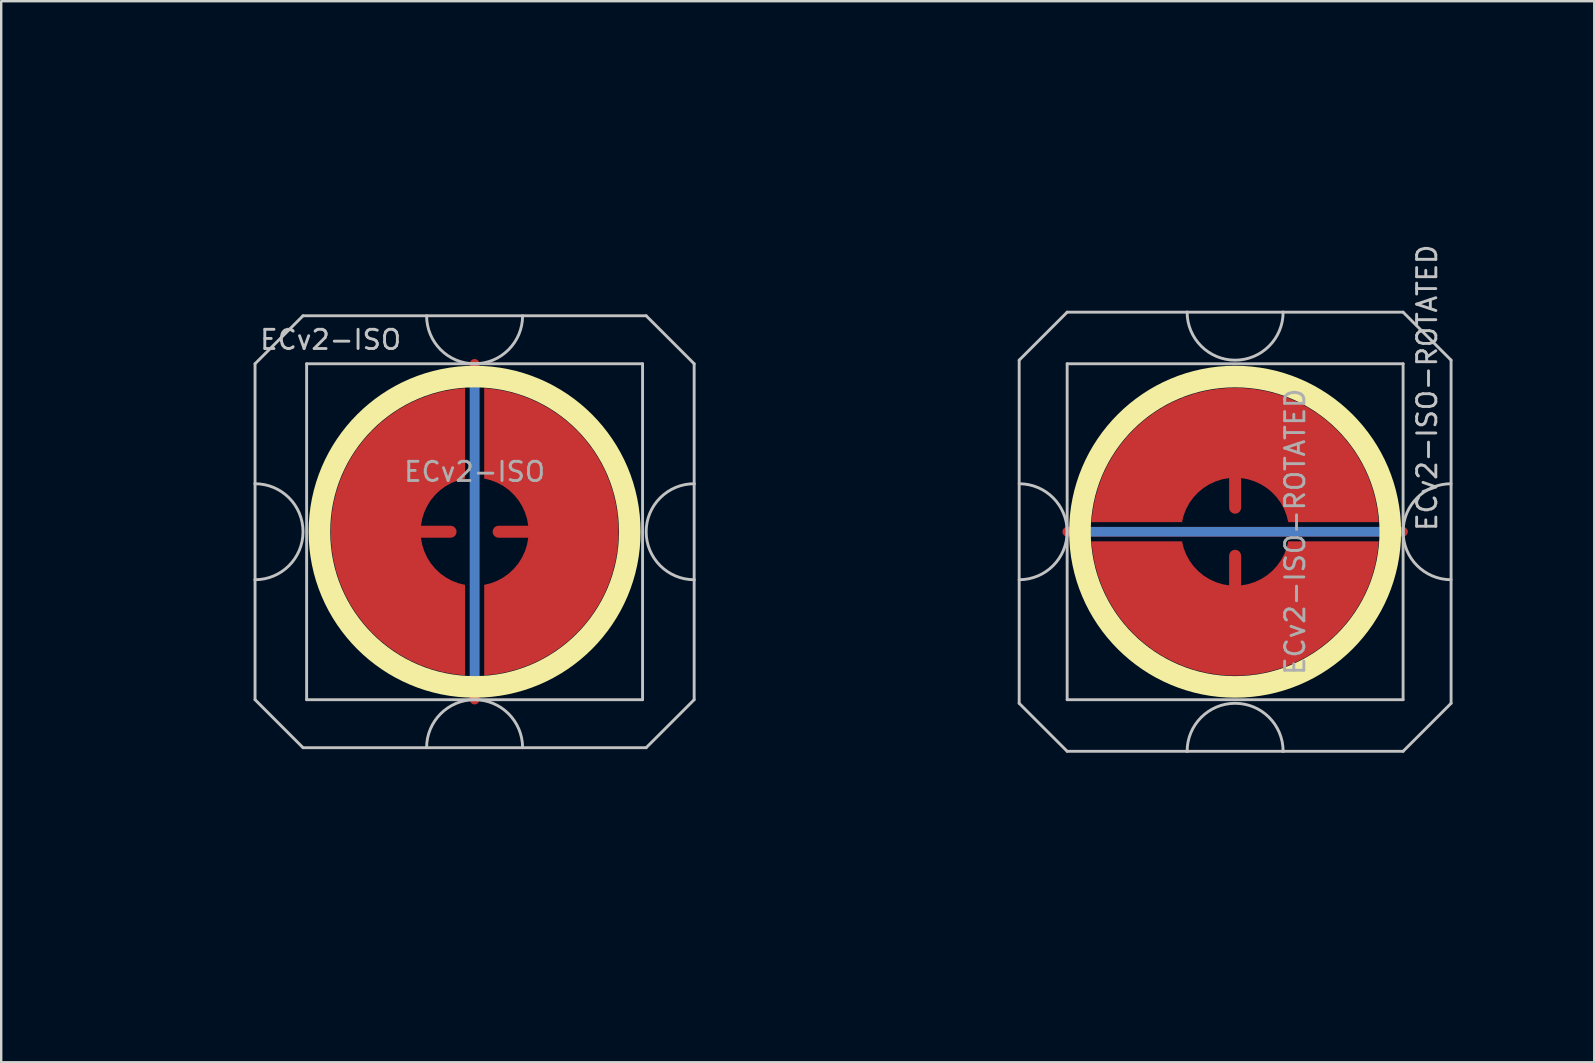
<source format=kicad_pcb>
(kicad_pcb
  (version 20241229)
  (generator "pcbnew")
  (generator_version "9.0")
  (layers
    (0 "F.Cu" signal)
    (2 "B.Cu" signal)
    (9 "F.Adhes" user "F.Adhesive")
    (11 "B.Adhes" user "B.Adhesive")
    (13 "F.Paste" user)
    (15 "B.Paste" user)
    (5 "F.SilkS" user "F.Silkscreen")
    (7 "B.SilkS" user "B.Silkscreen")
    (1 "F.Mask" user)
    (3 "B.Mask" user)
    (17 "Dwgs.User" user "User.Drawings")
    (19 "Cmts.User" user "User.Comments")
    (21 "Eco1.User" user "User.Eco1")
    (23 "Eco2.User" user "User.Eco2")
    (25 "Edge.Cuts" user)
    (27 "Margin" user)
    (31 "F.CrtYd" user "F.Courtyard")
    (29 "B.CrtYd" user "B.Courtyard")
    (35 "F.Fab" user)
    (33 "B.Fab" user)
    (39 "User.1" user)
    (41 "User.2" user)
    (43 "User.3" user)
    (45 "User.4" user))
  (footprint "ECv2-ISO"
    (layer "F.Cu")
    (at 16.729 19.11)
    (property "Reference" "ECv2-ISO" (at -6 -8 0) (layer "Dwgs.User") (effects (font (size 0.8 0.8) (thickness 0.12))))
    (attr smd exclude_from_pos_files exclude_from_bom)
    (fp_circle (center 0 0) (end 6.467 0) (stroke (width 0.9) (type solid)) (fill no) (layer "F.SilkS"))
    (fp_line (start -9.15 -7) (end -9.15 -2) (stroke (width 0.12) (type solid)) (layer "Dwgs.User"))
    (fp_line (start -9.15 -2) (end -9.15 2) (stroke (width 0.12) (type solid)) (layer "Dwgs.User"))
    (fp_line (start -9.15 2) (end -9.15 7) (stroke (width 0.12) (type solid)) (layer "Dwgs.User"))
    (fp_line (start -9.15 7) (end -7.15 9) (stroke (width 0.12) (type solid)) (layer "Dwgs.User"))
    (fp_line (start -7.15 -9) (end -9.15 -7) (stroke (width 0.12) (type solid)) (layer "Dwgs.User"))
    (fp_line (start -7.15 9) (end 7.15 9) (stroke (width 0.12) (type solid)) (layer "Dwgs.User"))
    (fp_line (start -7 -7) (end -7 7) (stroke (width 0.12) (type solid)) (layer "Dwgs.User"))
    (fp_line (start -7 7) (end 7 7) (stroke (width 0.12) (type solid)) (layer "Dwgs.User"))
    (fp_line (start 7 -7) (end -7 -7) (stroke (width 0.12) (type solid)) (layer "Dwgs.User"))
    (fp_line (start 7 7) (end 7 -7) (stroke (width 0.12) (type solid)) (layer "Dwgs.User"))
    (fp_line (start 7.15 -9) (end -7.15 -9) (stroke (width 0.12) (type solid)) (layer "Dwgs.User"))
    (fp_line (start 7.15 -9) (end 9.15 -7) (stroke (width 0.12) (type solid)) (layer "Dwgs.User"))
    (fp_line (start 7.15 9) (end 9.15 7) (stroke (width 0.12) (type solid)) (layer "Dwgs.User"))
    (fp_line (start 9.15 -2) (end 9.15 -7) (stroke (width 0.12) (type solid)) (layer "Dwgs.User"))
    (fp_line (start 9.15 -2) (end 9.15 2) (stroke (width 0.12) (type solid)) (layer "Dwgs.User"))
    (fp_line (start 9.15 7) (end 9.15 2) (stroke (width 0.12) (type solid)) (layer "Dwgs.User"))
    (fp_arc (start -9.15 -2) (mid -7.15 0) (end -9.15 2) (stroke (width 0.12) (type solid)) (layer "Dwgs.User"))
    (fp_arc (start -2 9) (mid 0 7) (end 2 9) (stroke (width 0.12) (type solid)) (layer "Dwgs.User"))
    (fp_arc (start 2 -9) (mid 0 -7) (end -2 -9) (stroke (width 0.12) (type solid)) (layer "Dwgs.User"))
    (fp_arc (start 9.15 2) (mid 7.15 0) (end 9.15 -2) (stroke (width 0.12) (type solid)) (layer "Dwgs.User"))
    (fp_line (start -16.669 -19.05) (end -16.669 0) (stroke (width 0.12) (type solid)) (layer "User.2"))
    (fp_line (start -16.669 -19.05) (end 11.906 -19.05) (stroke (width 0.12) (type solid)) (layer "User.2"))
    (fp_line (start -16.669 0) (end -11.906 0) (stroke (width 0.12) (type solid)) (layer "User.2"))
    (fp_line (start -11.906 0) (end -11.906 19.05) (stroke (width 0.12) (type solid)) (layer "User.2"))
    (fp_line (start -11.906 19.05) (end 11.906 19.05) (stroke (width 0.12) (type solid)) (layer "User.2"))
    (fp_line (start 11.906 -19.05) (end 11.906 19.05) (stroke (width 0.12) (type solid)) (layer "User.2"))
    (fp_text user "${REFERENCE}" (at 0 -2.5 0) (layer "F.Fab") (effects (font (size 0.8 0.8) (thickness 0.12))))
    (pad "1" smd custom (at -1 0) (size 0.4 0.4) (layers "F.Cu") (options (anchor circle)) (primitives (gr_poly (pts (xy 0.6 -2.214) (xy 0.32 -2.145) (xy 0.052 -2.041) (xy -0.201 -1.903) (xy -0.434 -1.734) (xy -0.644 -1.536) (xy -0.826 -1.314) (xy -0.979 -1.07) (xy -1.1 -0.808) (xy -1.186 -0.534) (xy -1.236 -0.25) (xy 0 -0.25) (xy 0.096 -0.231) (xy 0.177 -0.177) (xy 0.231 -0.096) (xy 0.25 0) (xy 0.231 0.096) (xy 0.177 0.177) (xy 0.096 0.231) (xy 0 0.25) (xy -1.236 0.25) (xy -1.186 0.534) (xy -1.1 0.808) (xy -0.979 1.07) (xy -0.826 1.314) (xy -0.644 1.536) (xy -0.434 1.734) (xy -0.201 1.903) (xy 0.052 2.041) (xy 0.32 2.145) (xy 0.6 2.214) (xy 0.6 5.987) (xy 0.115 5.934) (xy -0.364 5.843) (xy -0.834 5.713) (xy -1.292 5.545) (xy -1.735 5.341) (xy -2.159 5.101) (xy -2.563 4.827) (xy -2.943 4.522) (xy -3.298 4.187) (xy -3.623 3.824) (xy -3.919 3.436) (xy -4.182 3.025) (xy -4.41 2.594) (xy -4.603 2.147) (xy -4.759 1.684) (xy -4.876 1.211) (xy -4.955 0.73) (xy -4.995 0.244) (xy -4.995 -0.244) (xy -4.955 -0.73) (xy -4.876 -1.211) (xy -4.759 -1.684) (xy -4.603 -2.147) (xy -4.41 -2.594) (xy -4.182 -3.025) (xy -3.919 -3.436) (xy -3.623 -3.824) (xy -3.298 -4.187) (xy -2.943 -4.522) (xy -2.563 -4.827) (xy -2.159 -5.101) (xy -1.735 -5.341) (xy -1.292 -5.545) (xy -0.834 -5.713) (xy -0.364 -5.843) (xy 0.115 -5.934) (xy 0.6 -5.987)) (width 0) (fill yes))))
    (pad "2" smd custom (at 1 0 180) (size 0.4 0.4) (layers "F.Cu") (options (anchor circle)) (primitives (gr_poly (pts (xy 0.6 -2.214) (xy 0.32 -2.145) (xy 0.052 -2.041) (xy -0.201 -1.903) (xy -0.434 -1.734) (xy -0.644 -1.536) (xy -0.826 -1.314) (xy -0.979 -1.07) (xy -1.1 -0.808) (xy -1.186 -0.534) (xy -1.236 -0.25) (xy 0 -0.25) (xy 0.096 -0.231) (xy 0.177 -0.177) (xy 0.231 -0.096) (xy 0.25 0) (xy 0.231 0.096) (xy 0.177 0.177) (xy 0.096 0.231) (xy 0 0.25) (xy -1.236 0.25) (xy -1.186 0.534) (xy -1.1 0.808) (xy -0.979 1.07) (xy -0.826 1.314) (xy -0.644 1.536) (xy -0.434 1.734) (xy -0.201 1.903) (xy 0.052 2.041) (xy 0.32 2.145) (xy 0.6 2.214) (xy 0.6 5.987) (xy 0.115 5.934) (xy -0.364 5.843) (xy -0.834 5.713) (xy -1.292 5.545) (xy -1.735 5.341) (xy -2.159 5.101) (xy -2.563 4.827) (xy -2.943 4.522) (xy -3.298 4.187) (xy -3.623 3.824) (xy -3.919 3.436) (xy -4.182 3.025) (xy -4.41 2.594) (xy -4.603 2.147) (xy -4.759 1.684) (xy -4.876 1.211) (xy -4.955 0.73) (xy -4.995 0.244) (xy -4.995 -0.244) (xy -4.955 -0.73) (xy -4.876 -1.211) (xy -4.759 -1.684) (xy -4.603 -2.147) (xy -4.41 -2.594) (xy -4.182 -3.025) (xy -3.919 -3.436) (xy -3.623 -3.824) (xy -3.298 -4.187) (xy -2.943 -4.522) (xy -2.563 -4.827) (xy -2.159 -5.101) (xy -1.735 -5.341) (xy -1.292 -5.545) (xy -0.834 -5.713) (xy -0.364 -5.843) (xy 0.115 -5.934) (xy 0.6 -5.987)) (width 0) (fill yes))))
    (pad "3" smd custom (at 0 0) (size 0.4 0.4) (layers "F.Cu") (options (anchor rect)) (primitives (gr_line (start 0 -7) (end 0 7) (width 0.4))))
    (pad "3" smd custom (at 0 0) (size 0.4 0.4) (layers "B.Cu") (options (anchor rect)) (primitives (gr_line (start 0 -6.5) (end 0 6.5) (width 0.4))))
    (zone (net_name "") (layer "F.Cu") (hatch edge 0.508) (connect_pads) (min_thickness 0.254) (filled_areas_thickness no) (keepout (tracks allowed) (vias allowed) (pads allowed) (copperpour not_allowed) (footprints allowed)) (placement (enabled no)) (fill) (polygon (pts (xy 23.734 19.11) (xy 23.715 18.597) (xy 23.659 18.087) (xy 23.565 17.582) (xy 23.435 17.085) (xy 23.268 16.6) (xy 23.067 16.127) (xy 22.832 15.671) (xy 22.563 15.234) (xy 22.264 14.817) (xy 21.934 14.423) (xy 21.577 14.054) (xy 21.194 13.713) (xy 20.787 13.4) (xy 20.357 13.118) (xy 19.909 12.869) (xy 19.443 12.652) (xy 18.963 12.471) (xy 18.471 12.325) (xy 17.969 12.216) (xy 17.461 12.143) (xy 16.949 12.109) (xy 16.435 12.111) (xy 15.924 12.152) (xy 15.416 12.229) (xy 14.916 12.344) (xy 14.425 12.495) (xy 13.947 12.681) (xy 13.483 12.902) (xy 13.037 13.157) (xy 12.611 13.443) (xy 12.207 13.76) (xy 11.828 14.105) (xy 11.474 14.478) (xy 11.149 14.875) (xy 10.854 15.295) (xy 10.59 15.735) (xy 10.36 16.194) (xy 10.163 16.668) (xy 10.002 17.156) (xy 9.877 17.654) (xy 9.789 18.159) (xy 9.738 18.67) (xy 9.724 19.183) (xy 9.748 19.696) (xy 9.81 20.206) (xy 9.909 20.71) (xy 10.044 21.205) (xy 10.216 21.689) (xy 10.422 22.159) (xy 10.662 22.612) (xy 10.935 23.047) (xy 11.239 23.461) (xy 11.572 23.851) (xy 11.934 24.216) (xy 12.32 24.554) (xy 12.731 24.862) (xy 13.163 25.139) (xy 13.614 25.384) (xy 14.082 25.596) (xy 14.564 25.772) (xy 15.058 25.913) (xy 15.561 26.017) (xy 16.07 26.084) (xy 16.582 26.113) (xy 17.095 26.105) (xy 17.607 26.06) (xy 18.113 25.977) (xy 18.613 25.857) (xy 19.102 25.701) (xy 19.578 25.509) (xy 20.039 25.283) (xy 20.482 25.024) (xy 20.905 24.734) (xy 21.306 24.413) (xy 21.682 24.063) (xy 22.031 23.687) (xy 22.352 23.286) (xy 22.643 22.863) (xy 22.902 22.42) (xy 23.128 21.959) (xy 23.32 21.483) (xy 23.476 20.994) (xy 23.595 20.495) (xy 23.678 19.988) (xy 23.724 19.477))))
    (zone (net_name "") (layer "B.Cu") (hatch edge 0.508) (connect_pads) (min_thickness 0.254) (filled_areas_thickness no) (keepout (tracks allowed) (vias allowed) (pads allowed) (copperpour not_allowed) (footprints allowed)) (placement (enabled no)) (fill) (polygon (pts (xy 23.287 19.11) (xy 23.267 18.595) (xy 23.206 18.084) (xy 23.106 17.579) (xy 22.966 17.083) (xy 22.788 16.6) (xy 22.572 16.133) (xy 22.321 15.683) (xy 22.034 15.255) (xy 21.716 14.851) (xy 21.366 14.473) (xy 20.988 14.123) (xy 20.584 13.804) (xy 20.155 13.518) (xy 19.706 13.267) (xy 19.238 13.051) (xy 18.755 12.873) (xy 18.26 12.733) (xy 17.755 12.632) (xy 17.243 12.572) (xy 16.729 12.552) (xy 16.214 12.572) (xy 15.703 12.632) (xy 15.198 12.733) (xy 14.702 12.873) (xy 14.219 13.051) (xy 13.751 13.267) (xy 13.302 13.518) (xy 12.874 13.804) (xy 12.47 14.123) (xy 12.091 14.473) (xy 11.742 14.851) (xy 11.423 15.255) (xy 11.137 15.683) (xy 10.885 16.133) (xy 10.67 16.6) (xy 10.491 17.083) (xy 10.352 17.579) (xy 10.251 18.084) (xy 10.191 18.595) (xy 10.17 19.11) (xy 10.191 19.625) (xy 10.251 20.136) (xy 10.352 20.641) (xy 10.491 21.137) (xy 10.67 21.62) (xy 10.885 22.087) (xy 11.137 22.537) (xy 11.423 22.965) (xy 11.742 23.369) (xy 12.091 23.747) (xy 12.47 24.097) (xy 12.874 24.416) (xy 13.302 24.702) (xy 13.751 24.953) (xy 14.219 25.169) (xy 14.702 25.347) (xy 15.198 25.487) (xy 15.703 25.588) (xy 16.214 25.648) (xy 16.729 25.668) (xy 17.243 25.648) (xy 17.755 25.588) (xy 18.26 25.487) (xy 18.755 25.347) (xy 19.238 25.169) (xy 19.706 24.953) (xy 20.155 24.702) (xy 20.584 24.416) (xy 20.988 24.097) (xy 21.366 23.747) (xy 21.716 23.369) (xy 22.034 22.965) (xy 22.321 22.537) (xy 22.572 22.087) (xy 22.788 21.62) (xy 22.966 21.137) (xy 23.106 20.641) (xy 23.206 20.136) (xy 23.267 19.625)))))
  (footprint "ECv2-ISO-ROTATED"
    (layer "F.Cu")
    (at 48.424 19.11)
    (property "Reference" "ECv2-ISO-ROTATED" (at 8 -6 270) (layer "Dwgs.User") (effects (font (size 0.8 0.8) (thickness 0.12))))
    (attr smd exclude_from_pos_files exclude_from_bom)
    (fp_circle (center 0 0) (end 0 6.467) (stroke (width 0.9) (type solid)) (fill no) (layer "F.SilkS"))
    (fp_line (start -9 -7.15) (end -9 7.15) (stroke (width 0.12) (type solid)) (layer "Dwgs.User"))
    (fp_line (start -9 7.15) (end -7 9.15) (stroke (width 0.12) (type solid)) (layer "Dwgs.User"))
    (fp_line (start -7 -9.15) (end -9 -7.15) (stroke (width 0.12) (type solid)) (layer "Dwgs.User"))
    (fp_line (start -7 -7) (end -7 7) (stroke (width 0.12) (type solid)) (layer "Dwgs.User"))
    (fp_line (start -7 7) (end 7 7) (stroke (width 0.12) (type solid)) (layer "Dwgs.User"))
    (fp_line (start -7 9.15) (end -2 9.15) (stroke (width 0.12) (type solid)) (layer "Dwgs.User"))
    (fp_line (start -2 -9.15) (end -7 -9.15) (stroke (width 0.12) (type solid)) (layer "Dwgs.User"))
    (fp_line (start 2 -9.15) (end -2 -9.15) (stroke (width 0.12) (type solid)) (layer "Dwgs.User"))
    (fp_line (start 2 9.15) (end -2 9.15) (stroke (width 0.12) (type solid)) (layer "Dwgs.User"))
    (fp_line (start 2 9.15) (end 7 9.15) (stroke (width 0.12) (type solid)) (layer "Dwgs.User"))
    (fp_line (start 7 -9.15) (end 2 -9.15) (stroke (width 0.12) (type solid)) (layer "Dwgs.User"))
    (fp_line (start 7 -7) (end -7 -7) (stroke (width 0.12) (type solid)) (layer "Dwgs.User"))
    (fp_line (start 7 7) (end 7 -7) (stroke (width 0.12) (type solid)) (layer "Dwgs.User"))
    (fp_line (start 9 -7.15) (end 7 -9.15) (stroke (width 0.12) (type solid)) (layer "Dwgs.User"))
    (fp_line (start 9 7.15) (end 7 9.15) (stroke (width 0.12) (type solid)) (layer "Dwgs.User"))
    (fp_line (start 9 7.15) (end 9 -7.15) (stroke (width 0.12) (type solid)) (layer "Dwgs.User"))
    (fp_arc (start -9 -2) (mid -7 0) (end -9 2) (stroke (width 0.12) (type solid)) (layer "Dwgs.User"))
    (fp_arc (start -2 9.15) (mid 0 7.15) (end 2 9.15) (stroke (width 0.12) (type solid)) (layer "Dwgs.User"))
    (fp_arc (start 2 -9.15) (mid 0 -7.15) (end -2 -9.15) (stroke (width 0.12) (type solid)) (layer "Dwgs.User"))
    (fp_arc (start 9 2) (mid 7 0) (end 9 -2) (stroke (width 0.12) (type solid)) (layer "Dwgs.User"))
    (fp_line (start -16.669 -19.05) (end -16.669 0) (stroke (width 0.12) (type solid)) (layer "User.2"))
    (fp_line (start -16.669 -19.05) (end 11.906 -19.05) (stroke (width 0.12) (type solid)) (layer "User.2"))
    (fp_line (start -16.669 0) (end -11.906 0) (stroke (width 0.12) (type solid)) (layer "User.2"))
    (fp_line (start -11.906 0) (end -11.906 19.05) (stroke (width 0.12) (type solid)) (layer "User.2"))
    (fp_line (start -11.906 19.05) (end 11.906 19.05) (stroke (width 0.12) (type solid)) (layer "User.2"))
    (fp_line (start 11.906 -19.05) (end 11.906 19.05) (stroke (width 0.12) (type solid)) (layer "User.2"))
    (fp_text user "${REFERENCE}" (at 2.5 0 270) (layer "F.Fab") (effects (font (size 0.8 0.8) (thickness 0.12))))
    (pad "1" smd custom (at 0 -1 270) (size 0.4 0.4) (layers "F.Cu") (options (anchor circle)) (primitives (gr_poly (pts (xy 0.6 -2.214) (xy 0.32 -2.145) (xy 0.052 -2.041) (xy -0.201 -1.903) (xy -0.434 -1.734) (xy -0.644 -1.536) (xy -0.826 -1.314) (xy -0.979 -1.07) (xy -1.1 -0.808) (xy -1.186 -0.534) (xy -1.236 -0.25) (xy 0 -0.25) (xy 0.096 -0.231) (xy 0.177 -0.177) (xy 0.231 -0.096) (xy 0.25 0) (xy 0.231 0.096) (xy 0.177 0.177) (xy 0.096 0.231) (xy 0 0.25) (xy -1.236 0.25) (xy -1.186 0.534) (xy -1.1 0.808) (xy -0.979 1.07) (xy -0.826 1.314) (xy -0.644 1.536) (xy -0.434 1.734) (xy -0.201 1.903) (xy 0.052 2.041) (xy 0.32 2.145) (xy 0.6 2.214) (xy 0.6 5.987) (xy 0.115 5.934) (xy -0.364 5.843) (xy -0.834 5.713) (xy -1.292 5.545) (xy -1.735 5.341) (xy -2.159 5.101) (xy -2.563 4.827) (xy -2.943 4.522) (xy -3.298 4.187) (xy -3.623 3.824) (xy -3.919 3.436) (xy -4.182 3.025) (xy -4.41 2.594) (xy -4.603 2.147) (xy -4.759 1.684) (xy -4.876 1.211) (xy -4.955 0.73) (xy -4.995 0.244) (xy -4.995 -0.244) (xy -4.955 -0.73) (xy -4.876 -1.211) (xy -4.759 -1.684) (xy -4.603 -2.147) (xy -4.41 -2.594) (xy -4.182 -3.025) (xy -3.919 -3.436) (xy -3.623 -3.824) (xy -3.298 -4.187) (xy -2.943 -4.522) (xy -2.563 -4.827) (xy -2.159 -5.101) (xy -1.735 -5.341) (xy -1.292 -5.545) (xy -0.834 -5.713) (xy -0.364 -5.843) (xy 0.115 -5.934) (xy 0.6 -5.987)) (width 0) (fill yes))))
    (pad "2" smd custom (at 0 1 90) (size 0.4 0.4) (layers "F.Cu") (options (anchor circle)) (primitives (gr_poly (pts (xy 0.6 -2.214) (xy 0.32 -2.145) (xy 0.052 -2.041) (xy -0.201 -1.903) (xy -0.434 -1.734) (xy -0.644 -1.536) (xy -0.826 -1.314) (xy -0.979 -1.07) (xy -1.1 -0.808) (xy -1.186 -0.534) (xy -1.236 -0.25) (xy 0 -0.25) (xy 0.096 -0.231) (xy 0.177 -0.177) (xy 0.231 -0.096) (xy 0.25 0) (xy 0.231 0.096) (xy 0.177 0.177) (xy 0.096 0.231) (xy 0 0.25) (xy -1.236 0.25) (xy -1.186 0.534) (xy -1.1 0.808) (xy -0.979 1.07) (xy -0.826 1.314) (xy -0.644 1.536) (xy -0.434 1.734) (xy -0.201 1.903) (xy 0.052 2.041) (xy 0.32 2.145) (xy 0.6 2.214) (xy 0.6 5.987) (xy 0.115 5.934) (xy -0.364 5.843) (xy -0.834 5.713) (xy -1.292 5.545) (xy -1.735 5.341) (xy -2.159 5.101) (xy -2.563 4.827) (xy -2.943 4.522) (xy -3.298 4.187) (xy -3.623 3.824) (xy -3.919 3.436) (xy -4.182 3.025) (xy -4.41 2.594) (xy -4.603 2.147) (xy -4.759 1.684) (xy -4.876 1.211) (xy -4.955 0.73) (xy -4.995 0.244) (xy -4.995 -0.244) (xy -4.955 -0.73) (xy -4.876 -1.211) (xy -4.759 -1.684) (xy -4.603 -2.147) (xy -4.41 -2.594) (xy -4.182 -3.025) (xy -3.919 -3.436) (xy -3.623 -3.824) (xy -3.298 -4.187) (xy -2.943 -4.522) (xy -2.563 -4.827) (xy -2.159 -5.101) (xy -1.735 -5.341) (xy -1.292 -5.545) (xy -0.834 -5.713) (xy -0.364 -5.843) (xy 0.115 -5.934) (xy 0.6 -5.987)) (width 0) (fill yes))))
    (pad "3" smd custom (at 0 0 270) (size 0.4 0.4) (layers "F.Cu") (options (anchor rect)) (primitives (gr_line (start 0 -7) (end 0 7) (width 0.4))))
    (pad "3" smd custom (at 0 0 270) (size 0.4 0.4) (layers "B.Cu") (options (anchor rect)) (primitives (gr_line (start 0 -6.5) (end 0 6.5) (width 0.4))))
    (zone (net_name "") (layer "F.Cu") (hatch edge 0.508) (connect_pads) (min_thickness 0.254) (filled_areas_thickness no) (keepout (tracks allowed) (vias allowed) (pads allowed) (copperpour not_allowed) (footprints allowed)) (placement (enabled no)) (fill) (polygon (pts (xy 48.424 26.115) (xy 48.937 26.096) (xy 49.447 26.04) (xy 49.952 25.946) (xy 50.448 25.816) (xy 50.934 25.65) (xy 51.406 25.448) (xy 51.862 25.213) (xy 52.3 24.945) (xy 52.717 24.645) (xy 53.111 24.316) (xy 53.48 23.958) (xy 53.821 23.575) (xy 54.134 23.168) (xy 54.415 22.739) (xy 54.665 22.29) (xy 54.881 21.825) (xy 55.063 21.344) (xy 55.209 20.852) (xy 55.318 20.35) (xy 55.39 19.842) (xy 55.425 19.33) (xy 55.423 18.817) (xy 55.382 18.305) (xy 55.305 17.797) (xy 55.19 17.297) (xy 55.039 16.806) (xy 54.853 16.328) (xy 54.632 15.865) (xy 54.377 15.419) (xy 54.091 14.993) (xy 53.774 14.589) (xy 53.429 14.209) (xy 53.056 13.856) (xy 52.659 13.53) (xy 52.239 13.235) (xy 51.798 12.972) (xy 51.34 12.741) (xy 50.865 12.544) (xy 50.378 12.383) (xy 49.88 12.258) (xy 49.374 12.17) (xy 48.864 12.119) (xy 48.35 12.105) (xy 47.838 12.13) (xy 47.328 12.191) (xy 46.824 12.29) (xy 46.329 12.426) (xy 45.845 12.597) (xy 45.375 12.803) (xy 44.921 13.044) (xy 44.486 13.316) (xy 44.073 13.62) (xy 43.682 13.954) (xy 43.317 14.315) (xy 42.98 14.702) (xy 42.672 15.112) (xy 42.394 15.544) (xy 42.149 15.995) (xy 41.938 16.463) (xy 41.762 16.945) (xy 41.621 17.439) (xy 41.517 17.942) (xy 41.45 18.451) (xy 41.42 18.963) (xy 41.428 19.477) (xy 41.474 19.988) (xy 41.557 20.495) (xy 41.677 20.994) (xy 41.833 21.483) (xy 42.024 21.959) (xy 42.25 22.42) (xy 42.509 22.863) (xy 42.8 23.286) (xy 43.121 23.687) (xy 43.471 24.063) (xy 43.847 24.413) (xy 44.247 24.734) (xy 44.67 25.024) (xy 45.114 25.283) (xy 45.575 25.509) (xy 46.051 25.701) (xy 46.54 25.857) (xy 47.039 25.977) (xy 47.546 26.06) (xy 48.057 26.105))))
    (zone (net_name "") (layer "B.Cu") (hatch edge 0.508) (connect_pads) (min_thickness 0.254) (filled_areas_thickness no) (keepout (tracks allowed) (vias allowed) (pads allowed) (copperpour not_allowed) (footprints allowed)) (placement (enabled no)) (fill) (polygon (pts (xy 48.424 25.668) (xy 48.938 25.648) (xy 49.45 25.588) (xy 49.955 25.487) (xy 50.45 25.347) (xy 50.933 25.169) (xy 51.401 24.953) (xy 51.85 24.702) (xy 52.279 24.416) (xy 52.683 24.097) (xy 53.061 23.747) (xy 53.411 23.369) (xy 53.729 22.965) (xy 54.016 22.537) (xy 54.267 22.087) (xy 54.483 21.62) (xy 54.661 21.137) (xy 54.801 20.641) (xy 54.901 20.136) (xy 54.962 19.625) (xy 54.982 19.11) (xy 54.962 18.595) (xy 54.901 18.084) (xy 54.801 17.579) (xy 54.661 17.083) (xy 54.483 16.6) (xy 54.267 16.133) (xy 54.016 15.683) (xy 53.729 15.255) (xy 53.411 14.851) (xy 53.061 14.473) (xy 52.683 14.123) (xy 52.279 13.804) (xy 51.85 13.518) (xy 51.401 13.267) (xy 50.933 13.051) (xy 50.45 12.873) (xy 49.955 12.733) (xy 49.45 12.632) (xy 48.938 12.572) (xy 48.424 12.552) (xy 47.909 12.572) (xy 47.398 12.632) (xy 46.893 12.733) (xy 46.397 12.873) (xy 45.914 13.051) (xy 45.446 13.267) (xy 44.997 13.518) (xy 44.569 13.804) (xy 44.165 14.123) (xy 43.786 14.473) (xy 43.437 14.851) (xy 43.118 15.255) (xy 42.832 15.683) (xy 42.58 16.133) (xy 42.365 16.6) (xy 42.186 17.083) (xy 42.047 17.579) (xy 41.946 18.084) (xy 41.886 18.595) (xy 41.865 19.11) (xy 41.886 19.625) (xy 41.946 20.136) (xy 42.047 20.641) (xy 42.186 21.137) (xy 42.365 21.62) (xy 42.58 22.087) (xy 42.832 22.537) (xy 43.118 22.965) (xy 43.437 23.369) (xy 43.786 23.747) (xy 44.165 24.097) (xy 44.569 24.416) (xy 44.997 24.702) (xy 45.446 24.953) (xy 45.914 25.169) (xy 46.397 25.347) (xy 46.893 25.487) (xy 47.398 25.588) (xy 47.909 25.648)))))
  (gr_rect
    (start -3 -3)
    (end 63.39 41.22)
    (stroke (width 0.1) (type default))
    (fill no)
    (layer "Edge.Cuts")))
</source>
